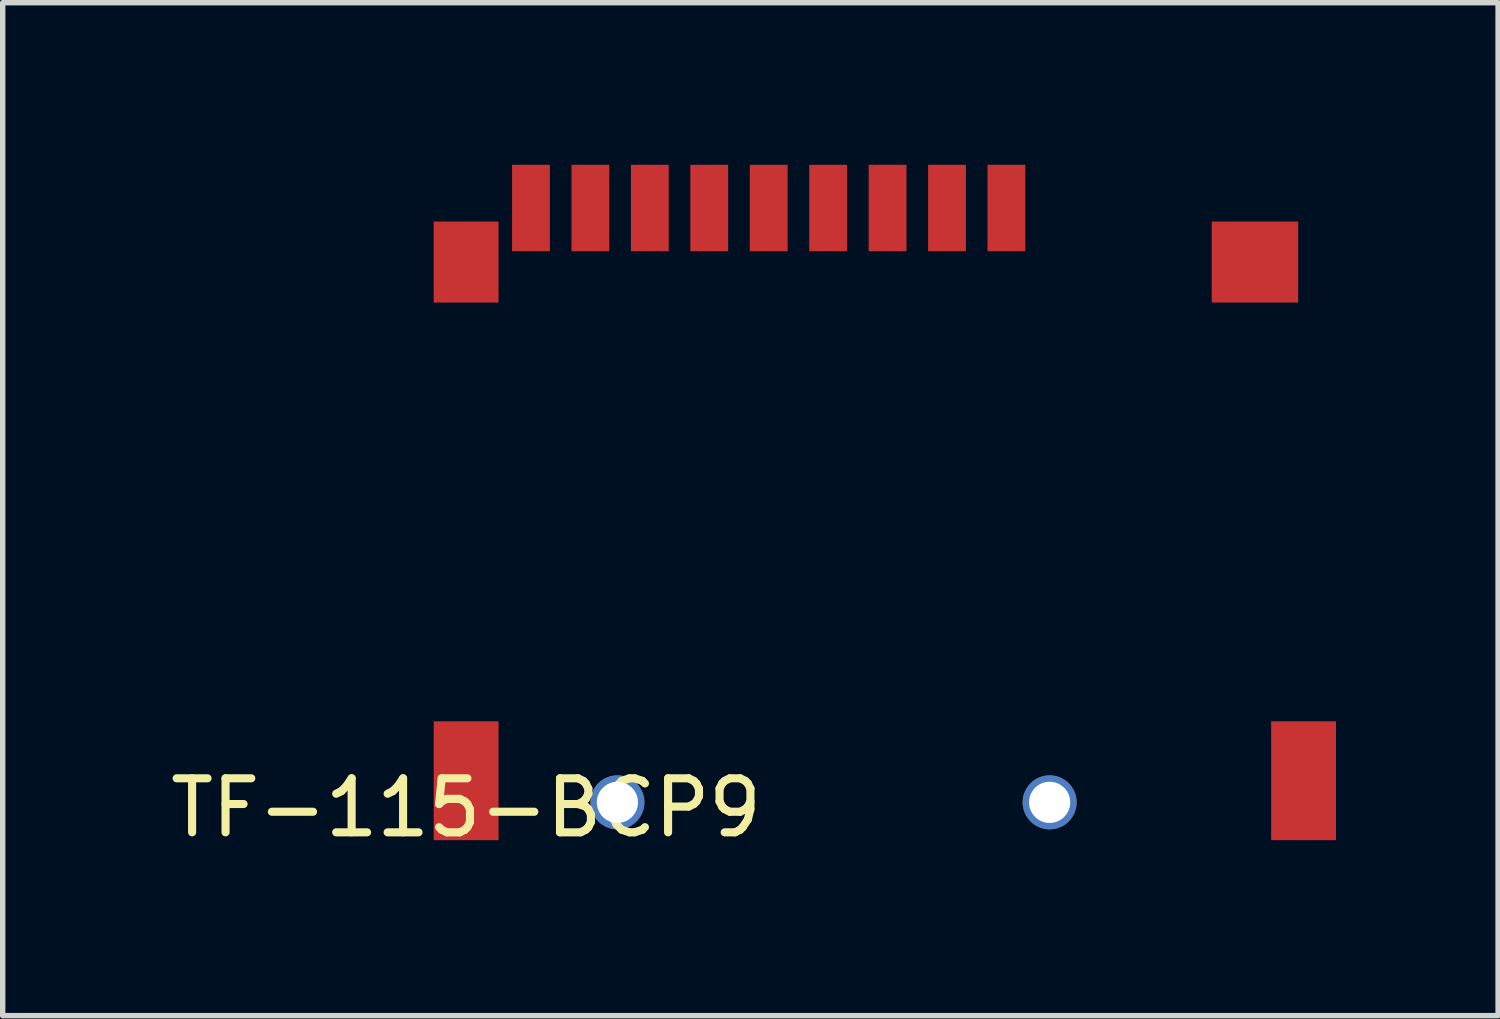
<source format=kicad_pcb>
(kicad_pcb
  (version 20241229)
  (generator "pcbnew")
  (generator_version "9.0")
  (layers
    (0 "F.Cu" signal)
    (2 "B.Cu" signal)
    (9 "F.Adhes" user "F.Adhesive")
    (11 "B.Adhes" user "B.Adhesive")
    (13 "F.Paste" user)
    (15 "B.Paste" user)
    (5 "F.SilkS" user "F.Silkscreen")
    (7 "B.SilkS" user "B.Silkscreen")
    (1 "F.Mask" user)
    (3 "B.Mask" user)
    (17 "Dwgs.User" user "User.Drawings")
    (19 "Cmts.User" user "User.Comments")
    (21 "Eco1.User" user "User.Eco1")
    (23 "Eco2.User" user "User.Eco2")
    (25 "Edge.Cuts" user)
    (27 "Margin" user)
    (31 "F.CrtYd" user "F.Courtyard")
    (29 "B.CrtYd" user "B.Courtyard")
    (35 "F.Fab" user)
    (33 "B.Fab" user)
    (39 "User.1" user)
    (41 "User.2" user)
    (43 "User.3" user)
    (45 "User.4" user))
  (footprint "TF-115-BCP9"
    (layer "F.Cu")
    (at 5.577 11.4)
    (property "Reference" "TF-115-BCP9" (at 0 0.5 0) (layer "F.SilkS") (effects (font (size 1 1) (thickness 0.15))))
    (attr through_hole)
    (pad "" np_thru_hole circle (at 2.8 0.4) (size 1 1) (drill 0.762) (layers "*.Cu" "*.Mask"))
    (pad "" np_thru_hole circle (at 10.8 0.4) (size 1 1) (drill 0.762) (layers "*.Cu" "*.Mask"))
    (pad "1" smd rect (at 10 -10.6) (size 0.7 1.6) (layers "F.Cu" "F.Mask" "F.Paste"))
    (pad "2" smd rect (at 8.9 -10.6) (size 0.7 1.6) (layers "F.Cu" "F.Mask" "F.Paste"))
    (pad "3" smd rect (at 7.8 -10.6) (size 0.7 1.6) (layers "F.Cu" "F.Mask" "F.Paste"))
    (pad "4" smd rect (at 6.7 -10.6) (size 0.7 1.6) (layers "F.Cu" "F.Mask" "F.Paste"))
    (pad "5" smd rect (at 5.6 -10.6) (size 0.7 1.6) (layers "F.Cu" "F.Mask" "F.Paste"))
    (pad "6" smd rect (at 4.5 -10.6) (size 0.7 1.6) (layers "F.Cu" "F.Mask" "F.Paste"))
    (pad "7" smd rect (at 3.4 -10.6) (size 0.7 1.6) (layers "F.Cu" "F.Mask" "F.Paste"))
    (pad "8" smd rect (at 2.3 -10.6) (size 0.7 1.6) (layers "F.Cu" "F.Mask" "F.Paste"))
    (pad "9" smd rect (at 1.2 -10.6) (size 0.7 1.6) (layers "F.Cu" "F.Mask" "F.Paste"))
    (pad "10" smd rect (at 0 -9.6) (size 1.2 1.5) (layers "F.Cu" "F.Mask" "F.Paste"))
    (pad "10" smd rect (at 0 0) (size 1.2 2.2) (layers "F.Cu" "F.Mask" "F.Paste"))
    (pad "10" smd rect (at 14.6 -9.6) (size 1.6 1.5) (layers "F.Cu" "F.Mask" "F.Paste"))
    (pad "10" smd rect (at 15.5 0) (size 1.2 2.2) (layers "F.Cu" "F.Mask" "F.Paste")))
  (gr_rect
    (start -3 -3)
    (end 24.677 15.748)
    (stroke (width 0.1) (type default))
    (fill no)
    (layer "Edge.Cuts")))
</source>
